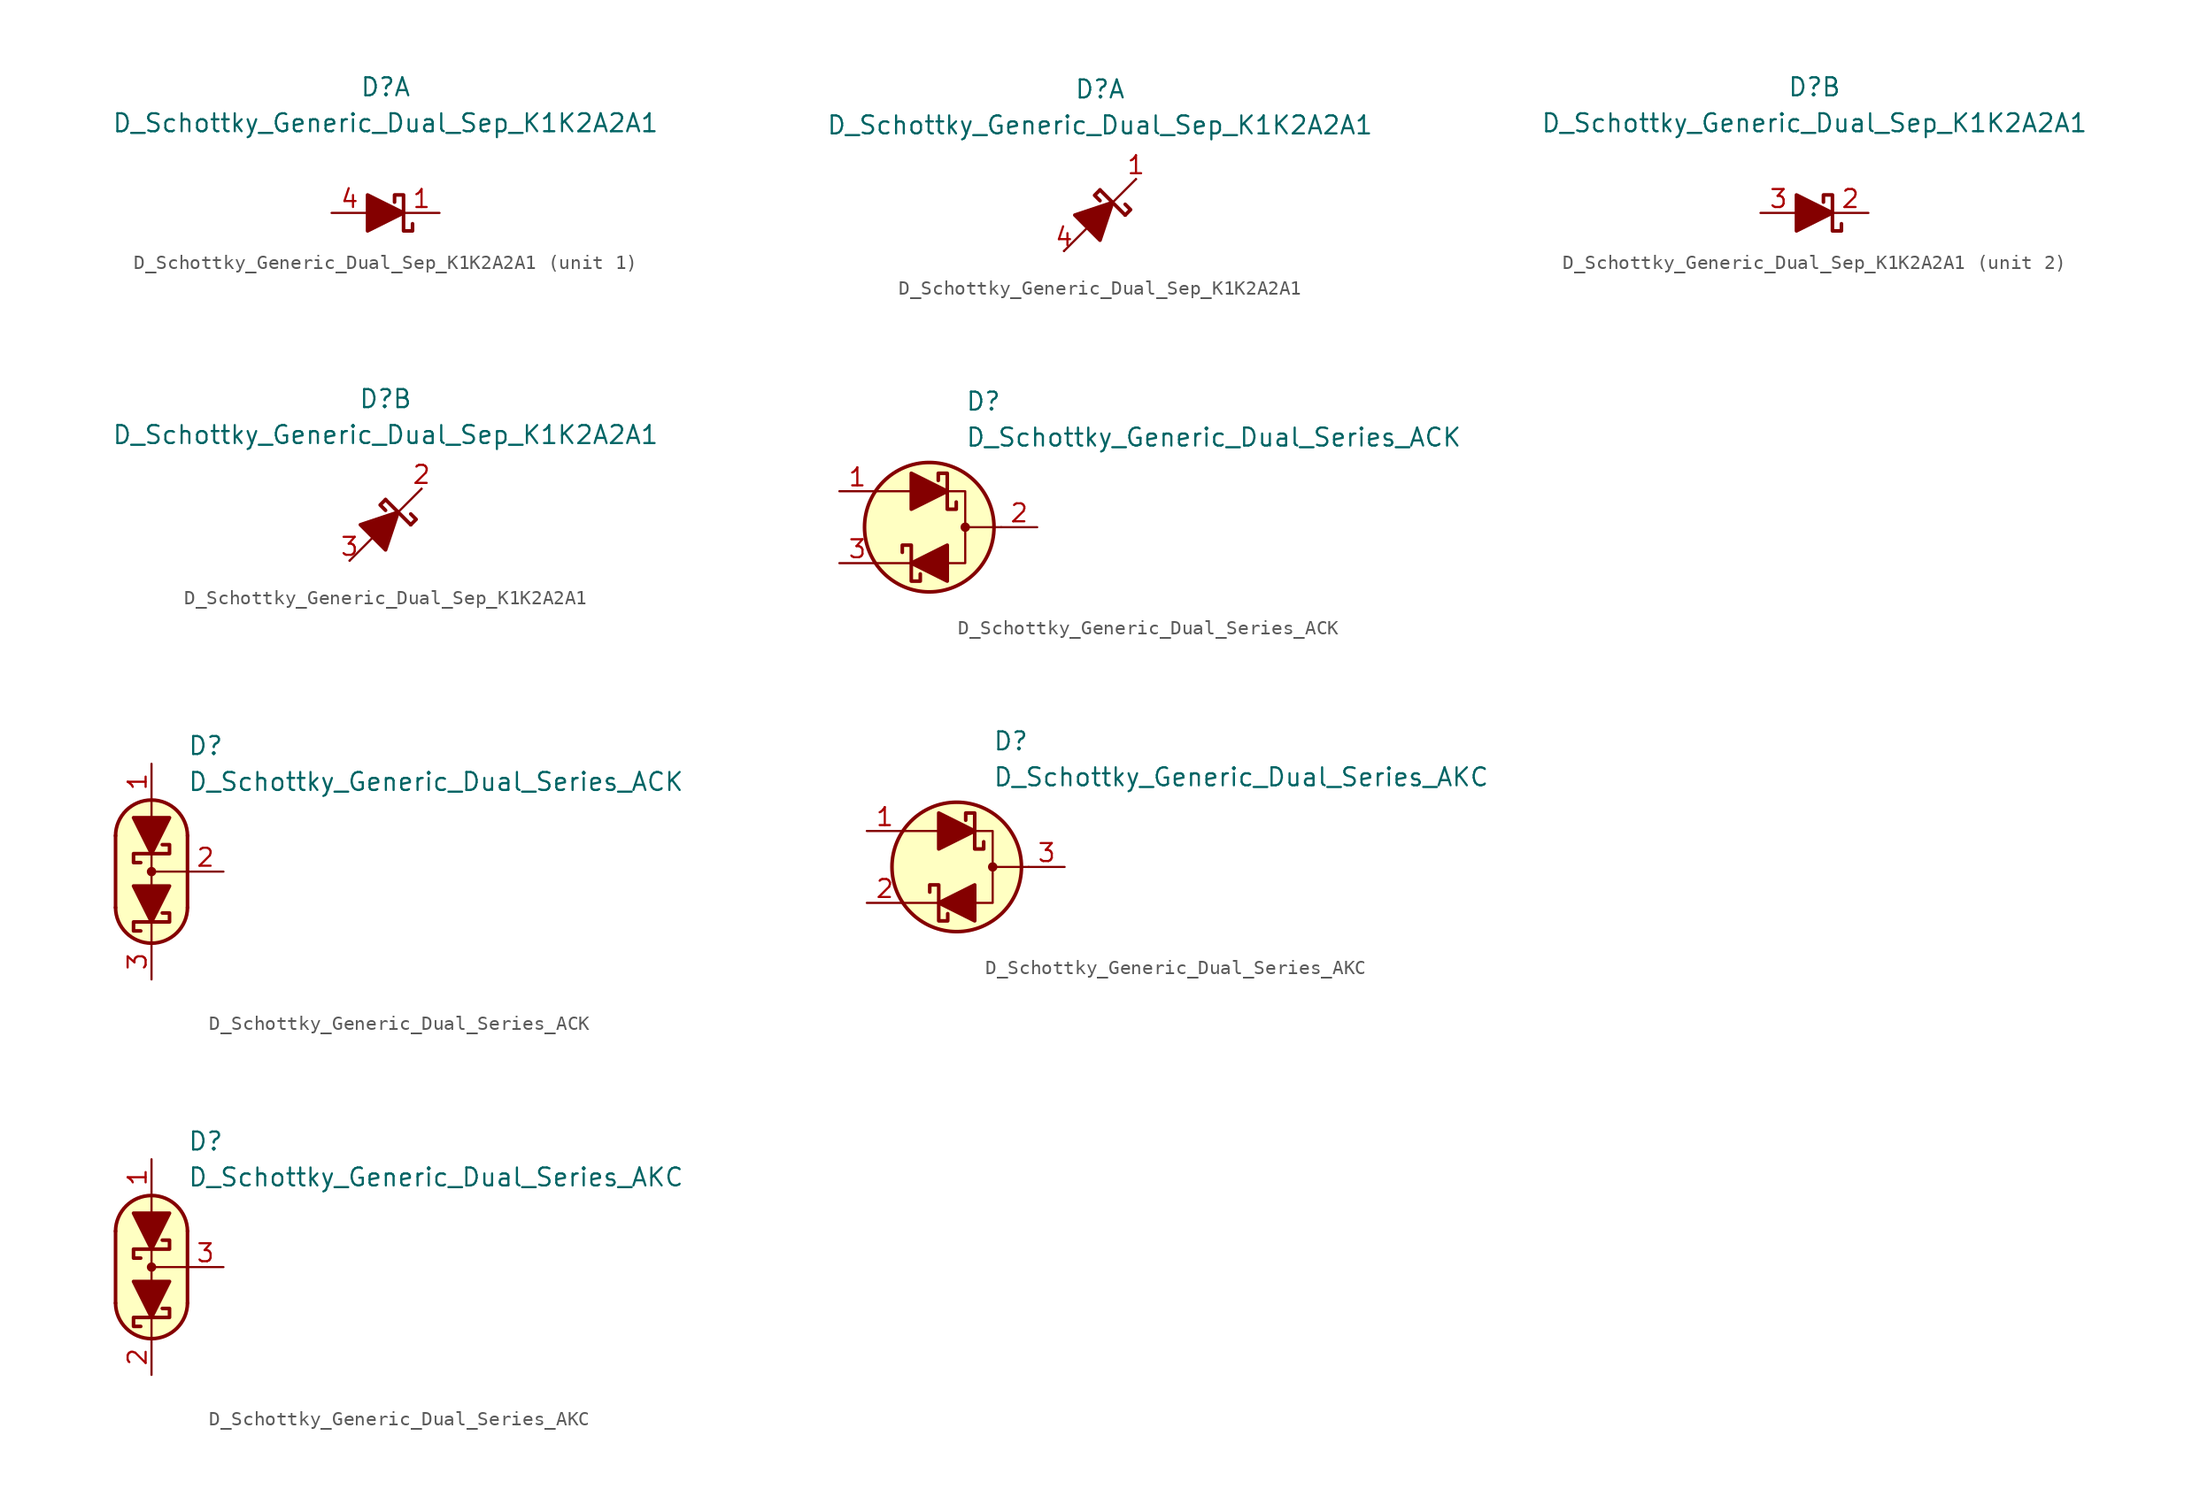
<source format=kicad_sym>
(kicad_symbol_lib
  (version 20231120)
  (generator "kicad_symbol_editor")
  (generator_version "8.0")
  (symbol "D_Schottky_Generic_Dual_Sep_K1K2A2A1"
    (pin_names
      (offset 1.016) hide)
    (property "Reference" "D"
      (at 0 8.89 0)
      (effects (font (size 1.27 1.27))))
    (property "Value" "D_Schottky_Generic_Dual_Sep_K1K2A2A1"
      (at 0 6.35 0)
      (effects (font (size 1.27 1.27))))
    (property "ki_locked" ""
      (at 0 0 0)
      (effects (font (size 1.27 1.27))))
    (symbol "D_Schottky_Generic_Dual_Sep_K1K2A2A1_0_2"
      (polyline (pts (xy -2.54 -2.54) (xy 2.54 2.54)) (stroke (width 0) (type default)) (fill (type none)))
      (polyline (pts (xy 0 1.778) (xy 1.778 0)) (stroke (width 0.254) (type default)) (fill (type none)))
      (polyline (pts (xy 0 1.778) (xy -0.381 1.397) (xy 0 1.016)) (stroke (width 0.254) (type default)) (fill (type none)))
      (polyline (pts (xy 1.778 0) (xy 2.159 0.381) (xy 1.778 0.762)) (stroke (width 0.254) (type default)) (fill (type none)))
      (polyline (pts (xy -0.889 -0.889) (xy -1.778 0) (xy 0.889 0.889) (xy 0 -1.778) (xy -0.889 -0.889)) (stroke (width 0.254) (type default)) (fill (type outline))))
    (symbol "D_Schottky_Generic_Dual_Sep_K1K2A2A1_1_1"
      (polyline (pts (xy -1.27 0) (xy 1.27 0)) (stroke (width 0) (type default)) (fill (type none)))
      (polyline (pts (xy -1.27 -1.27) (xy -1.27 1.27) (xy 1.27 0) (xy -1.27 -1.27)) (stroke (width 0.254) (type default)) (fill (type outline)))
      (polyline (pts (xy 0.635 0.762) (xy 0.635 1.27) (xy 1.27 1.27) (xy 1.27 -1.27) (xy 1.905 -1.27) (xy 1.905 -0.762)) (stroke (width 0.254) (type default)) (fill (type none)))
      (pin passive line (at 3.81 0 180) (length 2.54) (name "K1" (effects (font (size 1.27 1.27)))) (number "1" (effects (font (size 1.27 1.27)))))
      (pin passive line (at -3.81 0 0) (length 2.54) (name "A1" (effects (font (size 1.27 1.27)))) (number "4" (effects (font (size 1.27 1.27))))))
    (symbol "D_Schottky_Generic_Dual_Sep_K1K2A2A1_1_2"
      (pin passive line (at 2.54 2.54 180) (length 0) (name "K" (effects (font (size 1.27 1.27)))) (number "1" (effects (font (size 1.27 1.27)))))
      (pin passive line (at -2.54 -2.54 0) (length 0) (name "A" (effects (font (size 1.27 1.27)))) (number "4" (effects (font (size 1.27 1.27))))))
    (symbol "D_Schottky_Generic_Dual_Sep_K1K2A2A1_2_1"
      (polyline (pts (xy -1.27 0) (xy 1.27 0)) (stroke (width 0) (type default)) (fill (type none)))
      (polyline (pts (xy -1.27 -1.27) (xy -1.27 1.27) (xy 1.27 0) (xy -1.27 -1.27)) (stroke (width 0.254) (type default)) (fill (type outline)))
      (polyline (pts (xy 0.635 0.762) (xy 0.635 1.27) (xy 1.27 1.27) (xy 1.27 -1.27) (xy 1.905 -1.27) (xy 1.905 -0.762)) (stroke (width 0.254) (type default)) (fill (type none)))
      (pin passive line (at 3.81 0 180) (length 2.54) (name "K2" (effects (font (size 1.27 1.27)))) (number "2" (effects (font (size 1.27 1.27)))))
      (pin passive line (at -3.81 0 0) (length 2.54) (name "A2" (effects (font (size 1.27 1.27)))) (number "3" (effects (font (size 1.27 1.27))))))
    (symbol "D_Schottky_Generic_Dual_Sep_K1K2A2A1_2_2"
      (pin passive line (at 2.54 2.54 180) (length 0) (name "K2" (effects (font (size 1.27 1.27)))) (number "2" (effects (font (size 1.27 1.27)))))
      (pin passive line (at -2.54 -2.54 0) (length 0) (name "A2" (effects (font (size 1.27 1.27)))) (number "3" (effects (font (size 1.27 1.27)))))))
  (symbol "D_Schottky_Generic_Dual_Series_ACK"
    (pin_names
      (offset 1.016) hide)
    (property "Reference" "D"
      (at 2.54 8.89 0)
      (effects (font (size 1.27 1.27)) (justify left)))
    (property "Value" "D_Schottky_Generic_Dual_Series_ACK"
      (at 2.54 6.35 0)
      (effects (font (size 1.27 1.27)) (justify left)))
    (symbol "D_Schottky_Generic_Dual_Series_ACK_0_1"
      (polyline (pts (xy -1.27 -2.54) (xy -3.81 -2.54)) (stroke (width 0) (type default)) (fill (type none)))
      (polyline (pts (xy -1.27 2.54) (xy -3.81 2.54)) (stroke (width 0) (type default)) (fill (type none)))
      (polyline (pts (xy 5.08 0) (xy 2.54 0)) (stroke (width 0) (type default)) (fill (type none)))
      (polyline (pts (xy 1.27 -2.54) (xy 2.54 -2.54) (xy 2.54 2.54) (xy 1.27 2.54)) (stroke (width 0) (type default)) (fill (type none)))
      (circle (center 0 0) (radius 4.572) (stroke (width 0.254) (type default)) (fill (type background)))
      (circle (center 2.54 0) (radius 0.254) (stroke (width 0) (type default)) (fill (type outline))))
    (symbol "D_Schottky_Generic_Dual_Series_ACK_1_1"
      (polyline (pts (xy -1.27 2.54) (xy 1.27 2.54)) (stroke (width 0) (type default)) (fill (type none)))
      (polyline (pts (xy 1.27 -2.54) (xy -1.27 -2.54)) (stroke (width 0) (type default)) (fill (type none)))
      (polyline (pts (xy -1.27 1.27) (xy -1.27 3.81) (xy 1.27 2.54) (xy -1.27 1.27)) (stroke (width 0.254) (type default)) (fill (type outline)))
      (polyline (pts (xy 1.27 -1.27) (xy 1.27 -3.81) (xy -1.27 -2.54) (xy 1.27 -1.27)) (stroke (width 0.254) (type default)) (fill (type outline)))
      (polyline (pts (xy -1.905 -1.778) (xy -1.905 -1.27) (xy -1.27 -1.27) (xy -1.27 -3.81) (xy -0.635 -3.81) (xy -0.635 -3.302)) (stroke (width 0.254) (type default)) (fill (type none)))
      (polyline (pts (xy 1.905 1.778) (xy 1.905 1.27) (xy 1.27 1.27) (xy 1.27 3.81) (xy 0.635 3.81) (xy 0.635 3.302)) (stroke (width 0.254) (type default)) (fill (type none)))
      (pin passive line (at -6.35 2.54 0) (length 2.54) (name "A" (effects (font (size 1.27 1.27)))) (number "1" (effects (font (size 1.27 1.27)))))
      (pin passive line (at 7.62 0 180) (length 2.54) (name "C" (effects (font (size 1.27 1.27)))) (number "2" (effects (font (size 1.27 1.27)))))
      (pin passive line (at -6.35 -2.54 0) (length 2.54) (name "K" (effects (font (size 1.27 1.27)))) (number "3" (effects (font (size 1.27 1.27))))))
    (symbol "D_Schottky_Generic_Dual_Series_ACK_1_2"
      (arc (start -2.54 -2.54) (mid 0 -5.0576) (end 2.54 -2.54) (stroke (width 0.254) (type default)) (fill (type none)))
      (polyline (pts (xy -2.54 2.54) (xy -2.54 -2.54)) (stroke (width 0.254) (type default)) (fill (type none)))
      (polyline (pts (xy 0 -5.08) (xy 0 -3.556)) (stroke (width 0) (type default)) (fill (type none)))
      (polyline (pts (xy 0 0) (xy 2.54 0)) (stroke (width 0) (type default)) (fill (type none)))
      (polyline (pts (xy 0 1.27) (xy 0 -1.27)) (stroke (width 0) (type default)) (fill (type none)))
      (polyline (pts (xy 0 5.08) (xy 0 3.556)) (stroke (width 0) (type default)) (fill (type none)))
      (polyline (pts (xy 2.54 -2.54) (xy 2.54 2.54)) (stroke (width 0.254) (type default)) (fill (type none)))
      (polyline (pts (xy 1.27 -1.016) (xy -1.27 -1.016) (xy 0 -3.556) (xy 1.27 -1.016)) (stroke (width 0.254) (type default)) (fill (type outline)))
      (polyline (pts (xy 1.27 3.81) (xy -1.27 3.81) (xy 0 1.27) (xy 1.27 3.81)) (stroke (width 0.254) (type default)) (fill (type outline)))
      (polyline (pts (xy -0.762 0.635) (xy -1.27 0.635) (xy -1.27 1.27) (xy 1.27 1.27) (xy 1.27 1.905) (xy 0.762 1.905)) (stroke (width 0.254) (type default)) (fill (type none)))
      (polyline (pts (xy 0.762 -2.921) (xy 1.27 -2.921) (xy 1.27 -3.556) (xy -1.27 -3.556) (xy -1.27 -4.191) (xy -0.762 -4.191)) (stroke (width 0.254) (type default)) (fill (type none)))
      (polyline (pts (xy 0 -5.08) (xy -1.016 -4.826) (xy -1.778 -4.318) (xy -2.286 -3.556) (xy -2.54 -3.048) (xy -2.54 2.794) (xy -2.286 3.556) (xy -1.778 4.318) (xy -1.016 4.826) (xy -0.254 5.08) (xy 0.254 5.08) (xy 1.016 4.826) (xy 1.524 4.572) (xy 2.032 4.064) (xy 2.286 3.556) (xy 2.54 2.794) (xy 2.54 -2.794) (xy 2.286 -3.556) (xy 2.032 -4.064) (xy 1.524 -4.572) (xy 1.016 -4.826) (xy 0 -5.08)) (stroke (width 0.01) (type default)) (fill (type background)))
      (circle (center 0 0) (radius 0.254) (stroke (width 0) (type default)) (fill (type outline)))
      (arc (start 2.54 2.54) (mid 0 5.0576) (end -2.54 2.54) (stroke (width 0.254) (type default)) (fill (type none)))
      (pin passive line (at 0 7.62 270) (length 2.54) (name "A" (effects (font (size 1.27 1.27)))) (number "1" (effects (font (size 1.27 1.27)))))
      (pin passive line (at 5.08 0 180) (length 2.54) (name "C" (effects (font (size 1.27 1.27)))) (number "2" (effects (font (size 1.27 1.27)))))
      (pin passive line (at 0 -7.62 90) (length 2.54) (name "K" (effects (font (size 1.27 1.27)))) (number "3" (effects (font (size 1.27 1.27)))))))
  (symbol "D_Schottky_Generic_Dual_Series_AKC"
    (pin_names
      (offset 1.016) hide)
    (property "Reference" "D"
      (at 2.54 8.89 0)
      (effects (font (size 1.27 1.27)) (justify left)))
    (property "Value" "D_Schottky_Generic_Dual_Series_AKC"
      (at 2.54 6.35 0)
      (effects (font (size 1.27 1.27)) (justify left)))
    (symbol "D_Schottky_Generic_Dual_Series_AKC_0_1"
      (polyline (pts (xy -1.27 -2.54) (xy -3.81 -2.54)) (stroke (width 0) (type default)) (fill (type none)))
      (polyline (pts (xy -1.27 2.54) (xy -3.81 2.54)) (stroke (width 0) (type default)) (fill (type none)))
      (polyline (pts (xy 5.08 0) (xy 2.54 0)) (stroke (width 0) (type default)) (fill (type none)))
      (polyline (pts (xy 1.27 -2.54) (xy 2.54 -2.54) (xy 2.54 2.54) (xy 1.27 2.54)) (stroke (width 0) (type default)) (fill (type none)))
      (circle (center 0 0) (radius 4.572) (stroke (width 0.254) (type default)) (fill (type background)))
      (circle (center 2.54 0) (radius 0.254) (stroke (width 0) (type default)) (fill (type outline))))
    (symbol "D_Schottky_Generic_Dual_Series_AKC_1_1"
      (polyline (pts (xy -1.27 2.54) (xy 1.27 2.54)) (stroke (width 0) (type default)) (fill (type none)))
      (polyline (pts (xy 1.27 -2.54) (xy -1.27 -2.54)) (stroke (width 0) (type default)) (fill (type none)))
      (polyline (pts (xy -1.27 1.27) (xy -1.27 3.81) (xy 1.27 2.54) (xy -1.27 1.27)) (stroke (width 0.254) (type default)) (fill (type outline)))
      (polyline (pts (xy 1.27 -1.27) (xy 1.27 -3.81) (xy -1.27 -2.54) (xy 1.27 -1.27)) (stroke (width 0.254) (type default)) (fill (type outline)))
      (polyline (pts (xy -1.905 -1.778) (xy -1.905 -1.27) (xy -1.27 -1.27) (xy -1.27 -3.81) (xy -0.635 -3.81) (xy -0.635 -3.302)) (stroke (width 0.254) (type default)) (fill (type none)))
      (polyline (pts (xy 1.905 1.778) (xy 1.905 1.27) (xy 1.27 1.27) (xy 1.27 3.81) (xy 0.635 3.81) (xy 0.635 3.302)) (stroke (width 0.254) (type default)) (fill (type none)))
      (pin passive line (at -6.35 2.54 0) (length 2.54) (name "A" (effects (font (size 1.27 1.27)))) (number "1" (effects (font (size 1.27 1.27)))))
      (pin passive line (at -6.35 -2.54 0) (length 2.54) (name "K" (effects (font (size 1.27 1.27)))) (number "2" (effects (font (size 1.27 1.27)))))
      (pin passive line (at 7.62 0 180) (length 2.54) (name "C" (effects (font (size 1.27 1.27)))) (number "3" (effects (font (size 1.27 1.27))))))
    (symbol "D_Schottky_Generic_Dual_Series_AKC_1_2"
      (arc (start -2.54 -2.54) (mid 0 -5.0576) (end 2.54 -2.54) (stroke (width 0.254) (type default)) (fill (type none)))
      (polyline (pts (xy -2.54 2.54) (xy -2.54 -2.54)) (stroke (width 0.254) (type default)) (fill (type none)))
      (polyline (pts (xy 0 -5.08) (xy 0 -3.556)) (stroke (width 0) (type default)) (fill (type none)))
      (polyline (pts (xy 0 0) (xy 2.54 0)) (stroke (width 0) (type default)) (fill (type none)))
      (polyline (pts (xy 0 1.27) (xy 0 -1.27)) (stroke (width 0) (type default)) (fill (type none)))
      (polyline (pts (xy 0 5.08) (xy 0 3.556)) (stroke (width 0) (type default)) (fill (type none)))
      (polyline (pts (xy 2.54 -2.54) (xy 2.54 2.54)) (stroke (width 0.254) (type default)) (fill (type none)))
      (polyline (pts (xy 1.27 -1.016) (xy -1.27 -1.016) (xy 0 -3.556) (xy 1.27 -1.016)) (stroke (width 0.254) (type default)) (fill (type outline)))
      (polyline (pts (xy 1.27 3.81) (xy -1.27 3.81) (xy 0 1.27) (xy 1.27 3.81)) (stroke (width 0.254) (type default)) (fill (type outline)))
      (polyline (pts (xy -0.762 0.635) (xy -1.27 0.635) (xy -1.27 1.27) (xy 1.27 1.27) (xy 1.27 1.905) (xy 0.762 1.905)) (stroke (width 0.254) (type default)) (fill (type none)))
      (polyline (pts (xy 0.762 -2.921) (xy 1.27 -2.921) (xy 1.27 -3.556) (xy -1.27 -3.556) (xy -1.27 -4.191) (xy -0.762 -4.191)) (stroke (width 0.254) (type default)) (fill (type none)))
      (polyline (pts (xy 0 -5.08) (xy -1.016 -4.826) (xy -1.778 -4.318) (xy -2.286 -3.556) (xy -2.54 -3.048) (xy -2.54 2.794) (xy -2.286 3.556) (xy -1.778 4.318) (xy -1.016 4.826) (xy -0.254 5.08) (xy 0.254 5.08) (xy 1.016 4.826) (xy 1.524 4.572) (xy 2.032 4.064) (xy 2.286 3.556) (xy 2.54 2.794) (xy 2.54 -2.794) (xy 2.286 -3.556) (xy 2.032 -4.064) (xy 1.524 -4.572) (xy 1.016 -4.826) (xy 0 -5.08)) (stroke (width 0.01) (type default)) (fill (type background)))
      (circle (center 0 0) (radius 0.254) (stroke (width 0) (type default)) (fill (type outline)))
      (arc (start 2.54 2.54) (mid 0 5.0576) (end -2.54 2.54) (stroke (width 0.254) (type default)) (fill (type none)))
      (pin passive line (at 0 7.62 270) (length 2.54) (name "A" (effects (font (size 1.27 1.27)))) (number "1" (effects (font (size 1.27 1.27)))))
      (pin passive line (at 0 -7.62 90) (length 2.54) (name "K" (effects (font (size 1.27 1.27)))) (number "2" (effects (font (size 1.27 1.27)))))
      (pin passive line (at 5.08 0 180) (length 2.54) (name "C" (effects (font (size 1.27 1.27)))) (number "3" (effects (font (size 1.27 1.27))))))))
</source>
